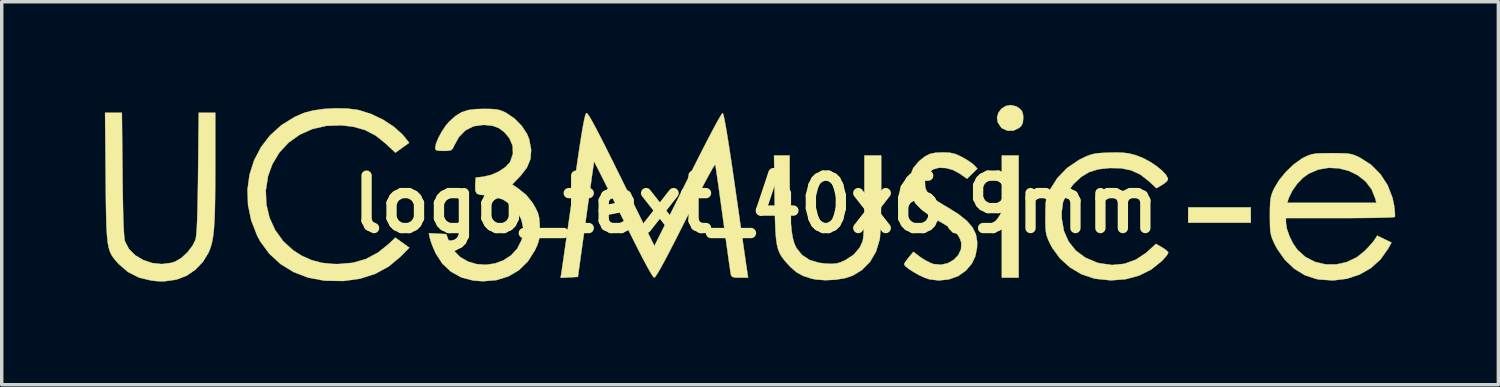
<source format=kicad_pcb>
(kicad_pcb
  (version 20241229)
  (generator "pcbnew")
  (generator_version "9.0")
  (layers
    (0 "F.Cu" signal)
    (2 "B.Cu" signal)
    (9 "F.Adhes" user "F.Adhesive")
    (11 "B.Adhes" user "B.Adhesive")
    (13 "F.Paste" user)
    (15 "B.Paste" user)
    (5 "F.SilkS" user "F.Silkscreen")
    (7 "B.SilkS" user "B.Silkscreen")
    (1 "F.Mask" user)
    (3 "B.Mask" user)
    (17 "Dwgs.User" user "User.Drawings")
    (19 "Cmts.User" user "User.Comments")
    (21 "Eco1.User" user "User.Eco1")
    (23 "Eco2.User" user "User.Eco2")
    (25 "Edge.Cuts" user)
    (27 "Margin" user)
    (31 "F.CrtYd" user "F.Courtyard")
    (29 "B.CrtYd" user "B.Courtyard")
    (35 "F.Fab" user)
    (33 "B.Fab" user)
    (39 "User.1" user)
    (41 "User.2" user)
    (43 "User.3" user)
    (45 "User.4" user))
  (footprint "logo_text_40x6.9mm"
    (layer "F.Cu")
    (at 18.929 2.891)
    (property "Reference" "logo_text_40x6.9mm" (at 0 0 0) (layer "F.SilkS") (effects (font (size 1.524 1.524) (thickness 0.3))))
    (attr through_hole)
    (fp_poly (pts (xy 7.638 2.131) (xy 7.149 2.131) (xy 7.149 -1.421) (xy 7.638 -1.421) (xy 7.638 2.131)) (stroke (width 0.01) (type solid)) (fill yes) (layer "F.SilkS"))
    (fp_poly (pts (xy 14.387 0.533) (xy 12.567 0.533) (xy 12.567 0.089) (xy 14.387 0.089) (xy 14.387 0.533)) (stroke (width 0.01) (type solid)) (fill yes) (layer "F.SilkS"))
    (fp_poly (pts (xy 7.565 -2.85) (xy 7.654 -2.794) (xy 7.733 -2.712) (xy 7.766 -2.607) (xy 7.771 -2.509) (xy 7.759 -2.369) (xy 7.711 -2.276) (xy 7.654 -2.224) (xy 7.491 -2.144) (xy 7.318 -2.139) (xy 7.162 -2.208) (xy 7.125 -2.24) (xy 7.03 -2.383) (xy 7.009 -2.53) (xy 7.05 -2.667) (xy 7.139 -2.781) (xy 7.263 -2.859) (xy 7.409 -2.886) (xy 7.565 -2.85)) (stroke (width 0.01) (type solid)) (fill yes) (layer "F.SilkS"))
    (fp_poly (pts (xy 0.979 -0.655) (xy 0.984 -0.183) (xy 0.994 0.209) (xy 1.012 0.53) (xy 1.039 0.787) (xy 1.074 0.99) (xy 1.119 1.147) (xy 1.172 1.262) (xy 1.338 1.471) (xy 1.557 1.616) (xy 1.834 1.7) (xy 2.024 1.722) (xy 2.209 1.73) (xy 2.343 1.719) (xy 2.465 1.683) (xy 2.597 1.623) (xy 2.844 1.462) (xy 3.019 1.254) (xy 3.102 1.07) (xy 3.12 0.968) (xy 3.134 0.781) (xy 3.144 0.512) (xy 3.151 0.166) (xy 3.153 -0.251) (xy 3.153 -1.421) (xy 3.641 -1.421) (xy 3.641 -0.317) (xy 3.639 0.002) (xy 3.634 0.305) (xy 3.626 0.577) (xy 3.616 0.8) (xy 3.605 0.961) (xy 3.596 1.025) (xy 3.49 1.376) (xy 3.315 1.674) (xy 3.076 1.913) (xy 2.811 2.073) (xy 2.585 2.147) (xy 2.309 2.192) (xy 2.017 2.206) (xy 1.743 2.185) (xy 1.621 2.161) (xy 1.376 2.082) (xy 1.183 1.977) (xy 1.005 1.824) (xy 0.92 1.733) (xy 0.824 1.622) (xy 0.746 1.519) (xy 0.686 1.413) (xy 0.639 1.291) (xy 0.605 1.144) (xy 0.581 0.959) (xy 0.565 0.725) (xy 0.554 0.431) (xy 0.547 0.066) (xy 0.543 -0.167) (xy 0.526 -1.421) (xy 0.977 -1.421) (xy 0.979 -0.655)) (stroke (width 0.01) (type solid)) (fill yes) (layer "F.SilkS"))
    (fp_poly (pts (xy -11.896 -2.786) (xy -11.599 -2.75) (xy -11.534 -2.736) (xy -11.181 -2.624) (xy -10.84 -2.46) (xy -10.532 -2.259) (xy -10.283 -2.035) (xy -10.216 -1.958) (xy -10.083 -1.789) (xy -10.283 -1.646) (xy -10.483 -1.502) (xy -10.764 -1.765) (xy -11.056 -1.999) (xy -11.365 -2.16) (xy -11.711 -2.258) (xy -12.059 -2.298) (xy -12.492 -2.282) (xy -12.897 -2.19) (xy -13.264 -2.026) (xy -13.586 -1.797) (xy -13.855 -1.509) (xy -14.061 -1.167) (xy -14.186 -0.82) (xy -14.251 -0.407) (xy -14.235 -0.001) (xy -14.143 0.388) (xy -13.979 0.748) (xy -13.748 1.068) (xy -13.455 1.337) (xy -13.199 1.498) (xy -12.914 1.624) (xy -12.627 1.7) (xy -12.304 1.733) (xy -12.15 1.736) (xy -11.724 1.7) (xy -11.342 1.591) (xy -10.992 1.404) (xy -10.693 1.165) (xy -10.484 0.969) (xy -10.077 1.26) (xy -10.334 1.521) (xy -10.678 1.807) (xy -11.071 2.021) (xy -11.511 2.162) (xy -11.994 2.229) (xy -12.515 2.22) (xy -12.567 2.215) (xy -13.026 2.129) (xy -13.447 1.967) (xy -13.823 1.735) (xy -14.146 1.439) (xy -14.408 1.084) (xy -14.498 0.919) (xy -14.674 0.47) (xy -14.768 0.018) (xy -14.783 -0.431) (xy -14.723 -0.866) (xy -14.591 -1.28) (xy -14.391 -1.663) (xy -14.125 -2.007) (xy -13.797 -2.303) (xy -13.41 -2.542) (xy -13.145 -2.657) (xy -12.885 -2.727) (xy -12.569 -2.773) (xy -12.229 -2.793) (xy -11.896 -2.786)) (stroke (width 0.01) (type solid)) (fill yes) (layer "F.SilkS"))
    (fp_poly (pts (xy -18.417 -0.877) (xy -18.411 -0.363) (xy -18.403 0.066) (xy -18.395 0.414) (xy -18.384 0.687) (xy -18.371 0.888) (xy -18.357 1.021) (xy -18.344 1.08) (xy -18.229 1.299) (xy -18.047 1.481) (xy -17.816 1.619) (xy -17.554 1.707) (xy -17.276 1.737) (xy -17.002 1.702) (xy -16.881 1.663) (xy -16.703 1.556) (xy -16.527 1.393) (xy -16.381 1.202) (xy -16.299 1.036) (xy -16.282 0.964) (xy -16.268 0.844) (xy -16.256 0.672) (xy -16.246 0.439) (xy -16.237 0.14) (xy -16.229 -0.232) (xy -16.222 -0.683) (xy -16.22 -0.899) (xy -16.2 -2.664) (xy -15.72 -2.664) (xy -15.72 -1.055) (xy -15.722 -0.556) (xy -15.726 -0.137) (xy -15.733 0.212) (xy -15.745 0.499) (xy -15.761 0.735) (xy -15.783 0.927) (xy -15.811 1.086) (xy -15.846 1.221) (xy -15.889 1.341) (xy -15.916 1.404) (xy -16.079 1.671) (xy -16.298 1.9) (xy -16.554 2.075) (xy -16.829 2.181) (xy -16.926 2.2) (xy -17.067 2.219) (xy -17.184 2.235) (xy -17.207 2.239) (xy -17.297 2.24) (xy -17.441 2.23) (xy -17.58 2.215) (xy -17.94 2.129) (xy -18.259 1.966) (xy -18.529 1.734) (xy -18.533 1.729) (xy -18.615 1.638) (xy -18.682 1.554) (xy -18.738 1.469) (xy -18.783 1.374) (xy -18.818 1.261) (xy -18.845 1.121) (xy -18.865 0.944) (xy -18.88 0.723) (xy -18.89 0.448) (xy -18.897 0.111) (xy -18.902 -0.298) (xy -18.906 -0.787) (xy -18.906 -0.788) (xy -18.924 -2.664) (xy -18.435 -2.664) (xy -18.417 -0.877)) (stroke (width 0.01) (type solid)) (fill yes) (layer "F.SilkS"))
    (fp_poly (pts (xy 5.641 -1.5) (xy 5.797 -1.464) (xy 5.966 -1.388) (xy 5.996 -1.372) (xy 6.146 -1.285) (xy 6.277 -1.196) (xy 6.346 -1.137) (xy 6.438 -1.038) (xy 6.287 -0.891) (xy 6.135 -0.744) (xy 5.932 -0.89) (xy 5.735 -0.997) (xy 5.523 -1.056) (xy 5.32 -1.064) (xy 5.153 -1.017) (xy 5.13 -1.004) (xy 4.985 -0.864) (xy 4.913 -0.69) (xy 4.92 -0.503) (xy 4.923 -0.49) (xy 4.965 -0.383) (xy 5.028 -0.289) (xy 5.125 -0.196) (xy 5.271 -0.093) (xy 5.478 0.034) (xy 5.573 0.088) (xy 5.892 0.288) (xy 6.131 0.479) (xy 6.296 0.671) (xy 6.395 0.872) (xy 6.432 1.091) (xy 6.427 1.261) (xy 6.376 1.515) (xy 6.275 1.725) (xy 6.105 1.924) (xy 6.098 1.93) (xy 5.878 2.086) (xy 5.61 2.182) (xy 5.316 2.213) (xy 5.04 2.179) (xy 4.903 2.132) (xy 4.745 2.059) (xy 4.586 1.97) (xy 4.446 1.88) (xy 4.346 1.799) (xy 4.307 1.741) (xy 4.307 1.74) (xy 4.333 1.689) (xy 4.399 1.598) (xy 4.442 1.544) (xy 4.577 1.38) (xy 4.777 1.532) (xy 4.928 1.63) (xy 5.089 1.709) (xy 5.162 1.735) (xy 5.376 1.756) (xy 5.576 1.712) (xy 5.749 1.614) (xy 5.882 1.476) (xy 5.961 1.309) (xy 5.971 1.126) (xy 5.946 1.032) (xy 5.883 0.908) (xy 5.783 0.793) (xy 5.633 0.676) (xy 5.419 0.543) (xy 5.34 0.498) (xy 5.034 0.315) (xy 4.805 0.146) (xy 4.642 -0.021) (xy 4.539 -0.197) (xy 4.484 -0.394) (xy 4.47 -0.599) (xy 4.493 -0.849) (xy 4.571 -1.05) (xy 4.718 -1.23) (xy 4.776 -1.284) (xy 4.922 -1.398) (xy 5.06 -1.467) (xy 5.223 -1.501) (xy 5.44 -1.51) (xy 5.447 -1.51) (xy 5.641 -1.5)) (stroke (width 0.01) (type solid)) (fill yes) (layer "F.SilkS"))
    (fp_poly (pts (xy 10.698 -1.499) (xy 10.86 -1.476) (xy 11.026 -1.433) (xy 11.052 -1.425) (xy 11.249 -1.349) (xy 11.448 -1.243) (xy 11.636 -1.119) (xy 11.797 -0.99) (xy 11.915 -0.866) (xy 11.975 -0.759) (xy 11.978 -0.717) (xy 11.935 -0.659) (xy 11.842 -0.586) (xy 11.805 -0.563) (xy 11.643 -0.469) (xy 11.425 -0.672) (xy 11.178 -0.865) (xy 10.913 -0.988) (xy 10.611 -1.05) (xy 10.28 -1.056) (xy 9.955 -1.02) (xy 9.689 -0.938) (xy 9.458 -0.799) (xy 9.238 -0.594) (xy 9.224 -0.578) (xy 9.037 -0.326) (xy 8.927 -0.06) (xy 8.887 0.24) (xy 8.891 0.416) (xy 8.954 0.774) (xy 9.092 1.085) (xy 9.3 1.345) (xy 9.574 1.548) (xy 9.911 1.691) (xy 9.99 1.713) (xy 10.356 1.764) (xy 10.71 1.729) (xy 11.042 1.61) (xy 11.344 1.41) (xy 11.39 1.369) (xy 11.63 1.149) (xy 11.809 1.252) (xy 11.916 1.323) (xy 11.981 1.386) (xy 11.989 1.406) (xy 11.96 1.463) (xy 11.884 1.558) (xy 11.797 1.651) (xy 11.491 1.896) (xy 11.135 2.073) (xy 10.742 2.178) (xy 10.321 2.21) (xy 9.885 2.165) (xy 9.821 2.152) (xy 9.46 2.03) (xy 9.128 1.832) (xy 8.84 1.572) (xy 8.613 1.261) (xy 8.559 1.16) (xy 8.496 1.028) (xy 8.455 0.919) (xy 8.431 0.807) (xy 8.419 0.669) (xy 8.415 0.48) (xy 8.415 0.356) (xy 8.417 0.128) (xy 8.424 -0.035) (xy 8.442 -0.157) (xy 8.474 -0.263) (xy 8.523 -0.376) (xy 8.54 -0.411) (xy 8.761 -0.762) (xy 9.049 -1.059) (xy 9.393 -1.292) (xy 9.448 -1.32) (xy 9.606 -1.396) (xy 9.734 -1.445) (xy 9.861 -1.475) (xy 10.014 -1.492) (xy 10.223 -1.502) (xy 10.264 -1.503) (xy 10.51 -1.508) (xy 10.698 -1.499)) (stroke (width 0.01) (type solid)) (fill yes) (layer "F.SilkS"))
    (fp_poly (pts (xy 16.977 -1.486) (xy 17.146 -1.48) (xy 17.271 -1.466) (xy 17.375 -1.439) (xy 17.479 -1.397) (xy 17.562 -1.357) (xy 17.884 -1.151) (xy 18.155 -0.879) (xy 18.366 -0.555) (xy 18.507 -0.191) (xy 18.556 0.045) (xy 18.573 0.197) (xy 18.58 0.314) (xy 18.576 0.366) (xy 18.529 0.374) (xy 18.402 0.381) (xy 18.208 0.387) (xy 17.955 0.393) (xy 17.654 0.396) (xy 17.315 0.399) (xy 16.983 0.4) (xy 15.409 0.4) (xy 15.409 0.531) (xy 15.436 0.711) (xy 15.51 0.923) (xy 15.615 1.136) (xy 15.738 1.315) (xy 15.743 1.322) (xy 15.978 1.532) (xy 16.254 1.673) (xy 16.556 1.745) (xy 16.869 1.747) (xy 17.177 1.679) (xy 17.466 1.541) (xy 17.694 1.36) (xy 17.819 1.229) (xy 17.927 1.108) (xy 17.992 1.021) (xy 18.062 0.91) (xy 18.27 1.011) (xy 18.478 1.111) (xy 18.375 1.296) (xy 18.156 1.604) (xy 17.876 1.855) (xy 17.547 2.043) (xy 17.179 2.163) (xy 16.785 2.212) (xy 16.374 2.185) (xy 16.299 2.172) (xy 15.962 2.062) (xy 15.652 1.873) (xy 15.379 1.614) (xy 15.153 1.294) (xy 15.08 1.155) (xy 15.021 1.026) (xy 14.982 0.917) (xy 14.959 0.805) (xy 14.947 0.665) (xy 14.943 0.475) (xy 14.942 0.333) (xy 14.944 0.099) (xy 14.951 -0.044) (xy 15.447 -0.044) (xy 18.038 -0.044) (xy 18.008 -0.167) (xy 17.899 -0.438) (xy 17.724 -0.666) (xy 17.497 -0.846) (xy 17.233 -0.975) (xy 16.945 -1.048) (xy 16.647 -1.062) (xy 16.353 -1.012) (xy 16.076 -0.894) (xy 15.902 -0.771) (xy 15.734 -0.596) (xy 15.588 -0.385) (xy 15.488 -0.177) (xy 15.477 -0.144) (xy 15.447 -0.044) (xy 14.951 -0.044) (xy 14.952 -0.07) (xy 14.968 -0.196) (xy 14.998 -0.304) (xy 15.044 -0.417) (xy 15.063 -0.457) (xy 15.208 -0.699) (xy 15.406 -0.942) (xy 15.634 -1.16) (xy 15.866 -1.327) (xy 15.937 -1.366) (xy 16.049 -1.417) (xy 16.148 -1.452) (xy 16.258 -1.473) (xy 16.401 -1.483) (xy 16.597 -1.487) (xy 16.741 -1.488) (xy 16.977 -1.486)) (stroke (width 0.01) (type solid)) (fill yes) (layer "F.SilkS"))
    (fp_poly (pts (xy -7.712 -2.773) (xy -7.561 -2.762) (xy -7.445 -2.738) (xy -7.337 -2.697) (xy -7.255 -2.655) (xy -7.017 -2.493) (xy -6.811 -2.283) (xy -6.656 -2.048) (xy -6.594 -1.895) (xy -6.536 -1.591) (xy -6.555 -1.321) (xy -6.657 -1.072) (xy -6.843 -0.83) (xy -6.859 -0.813) (xy -7.087 -0.578) (xy -6.922 -0.468) (xy -6.678 -0.272) (xy -6.488 -0.033) (xy -6.405 0.111) (xy -6.341 0.248) (xy -6.305 0.381) (xy -6.289 0.544) (xy -6.285 0.689) (xy -6.289 0.886) (xy -6.308 1.033) (xy -6.351 1.17) (xy -6.426 1.335) (xy -6.429 1.341) (xy -6.632 1.661) (xy -6.89 1.913) (xy -7.197 2.095) (xy -7.549 2.204) (xy -7.94 2.236) (xy -8.224 2.214) (xy -8.566 2.125) (xy -8.867 1.958) (xy -9.119 1.723) (xy -9.311 1.425) (xy -9.321 1.404) (xy -9.393 1.239) (xy -9.452 1.083) (xy -9.48 0.986) (xy -9.511 0.839) (xy -9.004 0.866) (xy -8.919 1.095) (xy -8.785 1.343) (xy -8.598 1.533) (xy -8.372 1.664) (xy -8.12 1.739) (xy -7.856 1.757) (xy -7.592 1.72) (xy -7.343 1.629) (xy -7.121 1.484) (xy -6.939 1.286) (xy -6.813 1.036) (xy -6.791 0.964) (xy -6.765 0.706) (xy -6.817 0.452) (xy -6.938 0.216) (xy -7.119 0.015) (xy -7.35 -0.136) (xy -7.502 -0.195) (xy -7.658 -0.235) (xy -7.797 -0.262) (xy -7.857 -0.267) (xy -8.023 -0.277) (xy -8.118 -0.315) (xy -8.159 -0.396) (xy -8.162 -0.537) (xy -8.162 -0.55) (xy -8.148 -0.777) (xy -7.917 -0.805) (xy -7.693 -0.858) (xy -7.475 -0.955) (xy -7.288 -1.08) (xy -7.158 -1.218) (xy -7.142 -1.246) (xy -7.065 -1.474) (xy -7.075 -1.703) (xy -7.169 -1.923) (xy -7.312 -2.095) (xy -7.471 -2.215) (xy -7.651 -2.283) (xy -7.88 -2.308) (xy -7.94 -2.309) (xy -8.214 -2.269) (xy -8.448 -2.15) (xy -8.638 -1.955) (xy -8.772 -1.712) (xy -8.815 -1.622) (xy -8.864 -1.575) (xy -8.947 -1.557) (xy -9.082 -1.554) (xy -9.222 -1.558) (xy -9.295 -1.574) (xy -9.322 -1.612) (xy -9.325 -1.646) (xy -9.299 -1.771) (xy -9.23 -1.938) (xy -9.131 -2.119) (xy -9.019 -2.288) (xy -8.921 -2.402) (xy -8.74 -2.566) (xy -8.565 -2.675) (xy -8.372 -2.74) (xy -8.135 -2.77) (xy -7.926 -2.775) (xy -7.712 -2.773)) (stroke (width 0.01) (type solid)) (fill yes) (layer "F.SilkS"))
    (fp_poly (pts (xy -4.896 -2.631) (xy -4.842 -2.553) (xy -4.762 -2.415) (xy -4.654 -2.215) (xy -4.515 -1.949) (xy -4.345 -1.613) (xy -4.14 -1.203) (xy -3.906 -0.729) (xy -2.953 1.21) (xy -1.986 -0.731) (xy -1.758 -1.187) (xy -1.554 -1.589) (xy -1.377 -1.932) (xy -1.228 -2.214) (xy -1.111 -2.43) (xy -1.026 -2.575) (xy -0.977 -2.647) (xy -0.966 -2.653) (xy -0.946 -2.605) (xy -0.916 -2.469) (xy -0.875 -2.248) (xy -0.824 -1.942) (xy -0.763 -1.553) (xy -0.692 -1.082) (xy -0.612 -0.53) (xy -0.593 -0.396) (xy -0.53 0.044) (xy -0.47 0.461) (xy -0.415 0.846) (xy -0.366 1.191) (xy -0.324 1.485) (xy -0.29 1.72) (xy -0.265 1.888) (xy -0.252 1.978) (xy -0.251 1.987) (xy -0.228 2.131) (xy -0.468 2.131) (xy -0.609 2.127) (xy -0.686 2.109) (xy -0.721 2.066) (xy -0.731 2.032) (xy -0.742 1.965) (xy -0.763 1.821) (xy -0.793 1.612) (xy -0.83 1.347) (xy -0.873 1.038) (xy -0.92 0.696) (xy -0.957 0.422) (xy -1.006 0.064) (xy -1.052 -0.268) (xy -1.093 -0.563) (xy -1.129 -0.809) (xy -1.157 -0.998) (xy -1.176 -1.117) (xy -1.184 -1.155) (xy -1.208 -1.131) (xy -1.268 -1.035) (xy -1.358 -0.874) (xy -1.476 -0.655) (xy -1.618 -0.386) (xy -1.779 -0.074) (xy -1.955 0.273) (xy -2.047 0.455) (xy -2.284 0.925) (xy -2.484 1.315) (xy -2.648 1.627) (xy -2.777 1.864) (xy -2.872 2.025) (xy -2.933 2.113) (xy -2.957 2.131) (xy -2.993 2.097) (xy -3.061 1.991) (xy -3.162 1.813) (xy -3.297 1.561) (xy -3.465 1.232) (xy -3.669 0.827) (xy -3.864 0.433) (xy -4.041 0.075) (xy -4.206 -0.257) (xy -4.354 -0.554) (xy -4.482 -0.808) (xy -4.584 -1.011) (xy -4.659 -1.155) (xy -4.7 -1.232) (xy -4.708 -1.243) (xy -4.715 -1.196) (xy -4.733 -1.07) (xy -4.761 -0.876) (xy -4.796 -0.623) (xy -4.839 -0.321) (xy -4.886 0.02) (xy -4.938 0.391) (xy -4.945 0.444) (xy -5.177 2.109) (xy -5.428 2.123) (xy -5.679 2.136) (xy -5.656 1.989) (xy -5.645 1.917) (xy -5.623 1.767) (xy -5.591 1.546) (xy -5.551 1.264) (xy -5.503 0.931) (xy -5.449 0.554) (xy -5.39 0.143) (xy -5.328 -0.293) (xy -5.313 -0.399) (xy -5.238 -0.919) (xy -5.174 -1.358) (xy -5.12 -1.72) (xy -5.074 -2.013) (xy -5.035 -2.243) (xy -5.003 -2.415) (xy -4.976 -2.536) (xy -4.954 -2.612) (xy -4.935 -2.648) (xy -4.926 -2.654) (xy -4.896 -2.631)) (stroke (width 0.01) (type solid)) (fill yes) (layer "F.SilkS")))
  (gr_rect
    (start -3 -3)
    (end 40.514 8.136)
    (stroke (width 0.1) (type default))
    (fill no)
    (layer "Edge.Cuts")))
</source>
